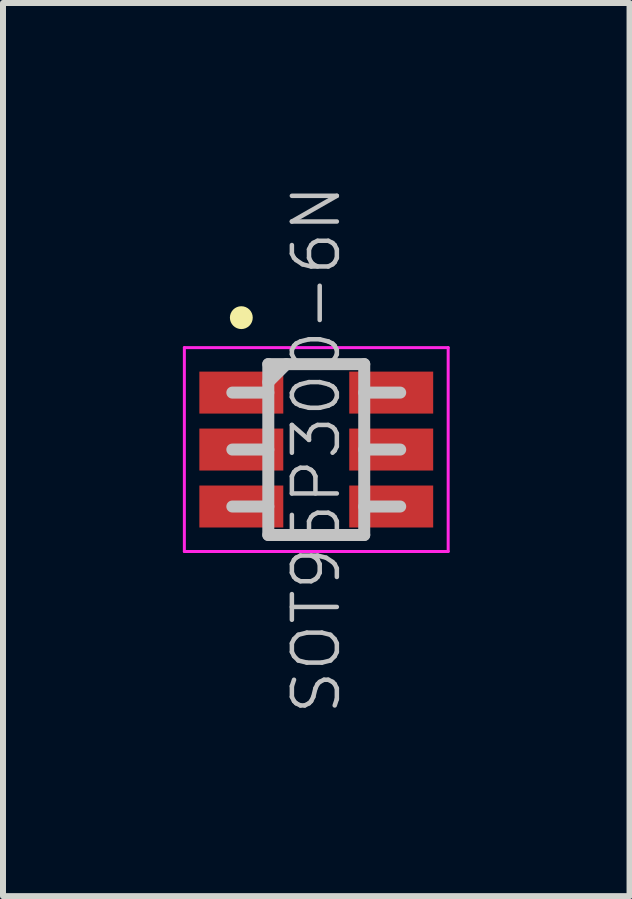
<source format=kicad_pcb>
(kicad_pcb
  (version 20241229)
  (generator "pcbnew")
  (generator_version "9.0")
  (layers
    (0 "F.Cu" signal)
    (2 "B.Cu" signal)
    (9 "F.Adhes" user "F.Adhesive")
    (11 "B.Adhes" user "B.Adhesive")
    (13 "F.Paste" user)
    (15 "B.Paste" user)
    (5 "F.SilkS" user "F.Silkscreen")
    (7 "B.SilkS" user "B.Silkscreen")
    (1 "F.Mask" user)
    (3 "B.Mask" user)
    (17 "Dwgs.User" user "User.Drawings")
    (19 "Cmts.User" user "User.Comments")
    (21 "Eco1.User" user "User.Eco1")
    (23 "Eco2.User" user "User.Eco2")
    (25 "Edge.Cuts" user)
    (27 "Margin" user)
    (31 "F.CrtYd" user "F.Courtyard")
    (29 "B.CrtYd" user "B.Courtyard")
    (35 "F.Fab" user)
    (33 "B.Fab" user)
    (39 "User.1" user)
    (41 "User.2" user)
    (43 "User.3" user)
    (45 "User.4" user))
  (footprint "SOT95P300-6N"
    (layer "F.Cu")
    (at 2.225 4.448)
    (property "Reference" "SOT95P300-6N" (at 0 0 90) (layer "Dwgs.User") (effects (font (size 0.75 0.75) (thickness 0.075))))
    (attr smd)
    (fp_line (start -1.25 -2.2) (end -1.25 -2.2) (stroke (width 0.381) (type solid)) (layer "F.SilkS"))
    (fp_line (start -0.8 -1.425) (end -0.8 1.425) (stroke (width 0.2) (type solid)) (layer "Dwgs.User"))
    (fp_line (start -0.8 -1.425) (end 0.8 -1.425) (stroke (width 0.2) (type solid)) (layer "Dwgs.User"))
    (fp_line (start -0.8 -1.125) (end -0.5 -1.425) (stroke (width 0.2) (type solid)) (layer "Dwgs.User"))
    (fp_line (start -0.8 -0.95) (end -1.4 -0.95) (stroke (width 0.2) (type solid)) (layer "Dwgs.User"))
    (fp_line (start -0.8 0) (end -1.4 0) (stroke (width 0.2) (type solid)) (layer "Dwgs.User"))
    (fp_line (start -0.8 0.95) (end -1.4 0.95) (stroke (width 0.2) (type solid)) (layer "Dwgs.User"))
    (fp_line (start -0.8 1.425) (end 0.8 1.425) (stroke (width 0.2) (type solid)) (layer "Dwgs.User"))
    (fp_line (start 0.8 -1.425) (end 0.8 1.425) (stroke (width 0.2) (type solid)) (layer "Dwgs.User"))
    (fp_line (start 1.4 -0.95) (end 0.8 -0.95) (stroke (width 0.2) (type solid)) (layer "Dwgs.User"))
    (fp_line (start 1.4 0) (end 0.8 0) (stroke (width 0.2) (type solid)) (layer "Dwgs.User"))
    (fp_line (start 1.4 0.95) (end 0.8 0.95) (stroke (width 0.2) (type solid)) (layer "Dwgs.User"))
    (fp_line (start -2.2 -1.7) (end -2.2 1.7) (stroke (width 0.05) (type solid)) (layer "F.CrtYd"))
    (fp_line (start -2.2 -1.7) (end 2.2 -1.7) (stroke (width 0.05) (type solid)) (layer "F.CrtYd"))
    (fp_line (start -2.2 1.7) (end 2.2 1.7) (stroke (width 0.05) (type solid)) (layer "F.CrtYd"))
    (fp_line (start 2.2 -1.7) (end 2.2 1.7) (stroke (width 0.05) (type solid)) (layer "F.CrtYd"))
    (pad "1" smd rect (at -1.25 -0.95 90) (size 0.7 1.4) (layers "F.Cu" "F.Mask" "F.Paste"))
    (pad "2" smd rect (at -1.25 0 90) (size 0.7 1.4) (layers "F.Cu" "F.Mask" "F.Paste"))
    (pad "3" smd rect (at -1.25 0.95 90) (size 0.7 1.4) (layers "F.Cu" "F.Mask" "F.Paste"))
    (pad "4" smd rect (at 1.25 0.95 90) (size 0.7 1.4) (layers "F.Cu" "F.Mask" "F.Paste"))
    (pad "5" smd rect (at 1.25 0 90) (size 0.7 1.4) (layers "F.Cu" "F.Mask" "F.Paste"))
    (pad "6" smd rect (at 1.25 -0.95 90) (size 0.7 1.4) (layers "F.Cu" "F.Mask" "F.Paste")))
  (gr_rect
    (start -3 -3)
    (end 7.45 11.896)
    (stroke (width 0.1) (type default))
    (fill no)
    (layer "Edge.Cuts")))
</source>
